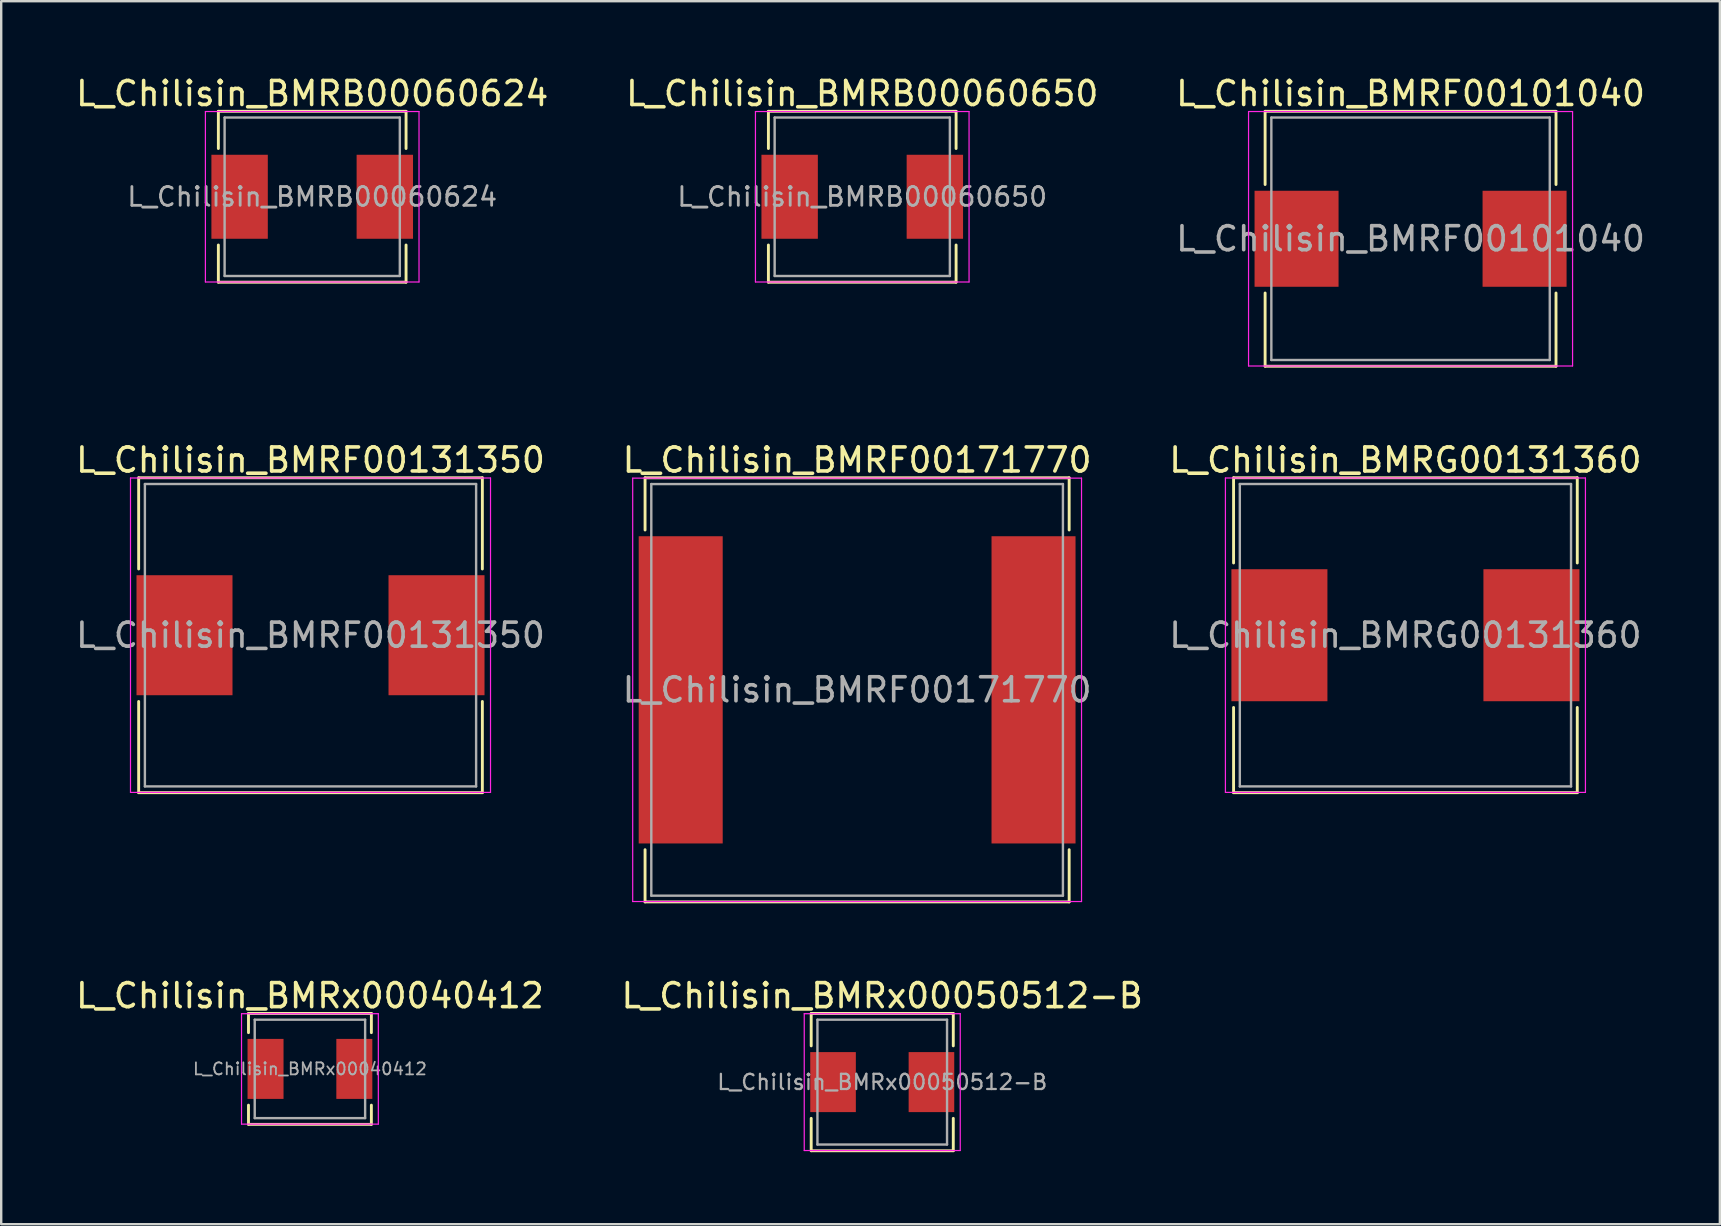
<source format=kicad_pcb>
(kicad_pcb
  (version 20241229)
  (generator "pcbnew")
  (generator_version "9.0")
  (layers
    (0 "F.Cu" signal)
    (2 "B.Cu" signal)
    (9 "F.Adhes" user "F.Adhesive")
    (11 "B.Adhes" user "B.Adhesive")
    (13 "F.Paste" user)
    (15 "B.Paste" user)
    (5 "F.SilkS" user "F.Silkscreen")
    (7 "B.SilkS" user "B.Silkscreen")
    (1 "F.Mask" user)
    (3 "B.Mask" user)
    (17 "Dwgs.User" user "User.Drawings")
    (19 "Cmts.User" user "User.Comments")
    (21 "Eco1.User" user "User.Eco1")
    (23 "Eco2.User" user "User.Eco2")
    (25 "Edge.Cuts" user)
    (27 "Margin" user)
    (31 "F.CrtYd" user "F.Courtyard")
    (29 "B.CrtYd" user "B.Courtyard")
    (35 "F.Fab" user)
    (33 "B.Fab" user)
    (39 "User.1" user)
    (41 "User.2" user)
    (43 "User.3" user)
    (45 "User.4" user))
  (footprint "L_Chilisin_BMRx00040412"
    (layer "F.Cu")
    (at 9.863 41.485)
    (property "Reference" "L_Chilisin_BMRx00040412" (at 0 -3.05 0) (layer "F.SilkS") (effects (font (size 1 1) (thickness 0.15))))
    (attr smd)
    (fp_line (start -2.56 -2.31) (end -2.56 -1.51) (stroke (width 0.12) (type solid)) (layer "F.SilkS"))
    (fp_line (start -2.56 -2.31) (end 2.56 -2.31) (stroke (width 0.12) (type solid)) (layer "F.SilkS"))
    (fp_line (start -2.56 2.31) (end -2.56 1.51) (stroke (width 0.12) (type solid)) (layer "F.SilkS"))
    (fp_line (start -2.56 2.31) (end 2.56 2.31) (stroke (width 0.12) (type solid)) (layer "F.SilkS"))
    (fp_line (start 2.56 -2.31) (end 2.56 -1.51) (stroke (width 0.12) (type solid)) (layer "F.SilkS"))
    (fp_line (start 2.56 2.31) (end 2.56 1.51) (stroke (width 0.12) (type solid)) (layer "F.SilkS"))
    (fp_line (start -2.85 -2.3) (end -2.85 2.3) (stroke (width 0.05) (type solid)) (layer "F.CrtYd"))
    (fp_line (start -2.85 2.3) (end 2.85 2.3) (stroke (width 0.05) (type solid)) (layer "F.CrtYd"))
    (fp_line (start 2.85 -2.3) (end -2.85 -2.3) (stroke (width 0.05) (type solid)) (layer "F.CrtYd"))
    (fp_line (start 2.85 2.3) (end 2.85 -2.3) (stroke (width 0.05) (type solid)) (layer "F.CrtYd"))
    (fp_line (start -2.3 -2.05) (end -2.3 2.05) (stroke (width 0.1) (type solid)) (layer "F.Fab"))
    (fp_line (start -2.3 2.05) (end 2.3 2.05) (stroke (width 0.1) (type solid)) (layer "F.Fab"))
    (fp_line (start 2.3 -2.05) (end -2.3 -2.05) (stroke (width 0.1) (type solid)) (layer "F.Fab"))
    (fp_line (start 2.3 2.05) (end 2.3 -2.05) (stroke (width 0.1) (type solid)) (layer "F.Fab"))
    (fp_text user "${REFERENCE}" (at 0 0 0) (layer "F.Fab") (effects (font (size 0.5 0.5) (thickness 0.075))))
    (pad "1" smd rect (at -1.85 0) (size 1.5 2.5) (layers "F.Cu" "F.Mask" "F.Paste"))
    (pad "2" smd rect (at 1.85 0) (size 1.5 2.5) (layers "F.Cu" "F.Mask" "F.Paste")))
  (footprint "L_Chilisin_BMRB00060650"
    (layer "F.Cu")
    (at 32.875 5.148)
    (property "Reference" "L_Chilisin_BMRB00060650" (at 0 -4.3 0) (layer "F.SilkS") (effects (font (size 1 1) (thickness 0.15))))
    (attr smd)
    (fp_line (start -3.91 -3.56) (end -3.91 -2.01) (stroke (width 0.12) (type solid)) (layer "F.SilkS"))
    (fp_line (start -3.91 -3.56) (end 3.91 -3.56) (stroke (width 0.12) (type solid)) (layer "F.SilkS"))
    (fp_line (start -3.91 3.56) (end -3.91 2.01) (stroke (width 0.12) (type solid)) (layer "F.SilkS"))
    (fp_line (start -3.91 3.56) (end 3.91 3.56) (stroke (width 0.12) (type solid)) (layer "F.SilkS"))
    (fp_line (start 3.91 -3.56) (end 3.91 -2.01) (stroke (width 0.12) (type solid)) (layer "F.SilkS"))
    (fp_line (start 3.91 3.56) (end 3.91 2.01) (stroke (width 0.12) (type solid)) (layer "F.SilkS"))
    (fp_line (start -4.45 -3.55) (end -4.45 3.55) (stroke (width 0.05) (type solid)) (layer "F.CrtYd"))
    (fp_line (start -4.45 3.55) (end 4.45 3.55) (stroke (width 0.05) (type solid)) (layer "F.CrtYd"))
    (fp_line (start 4.45 -3.55) (end -4.45 -3.55) (stroke (width 0.05) (type solid)) (layer "F.CrtYd"))
    (fp_line (start 4.45 3.55) (end 4.45 -3.55) (stroke (width 0.05) (type solid)) (layer "F.CrtYd"))
    (fp_line (start -3.65 -3.3) (end -3.65 3.3) (stroke (width 0.1) (type solid)) (layer "F.Fab"))
    (fp_line (start -3.65 3.3) (end 3.65 3.3) (stroke (width 0.1) (type solid)) (layer "F.Fab"))
    (fp_line (start 3.65 -3.3) (end -3.65 -3.3) (stroke (width 0.1) (type solid)) (layer "F.Fab"))
    (fp_line (start 3.65 3.3) (end 3.65 -3.3) (stroke (width 0.1) (type solid)) (layer "F.Fab"))
    (fp_text user "${REFERENCE}" (at 0 0 0) (layer "F.Fab") (effects (font (size 0.783 0.783) (thickness 0.117))))
    (pad "1" smd rect (at -3.025 0) (size 2.35 3.5) (layers "F.Cu" "F.Mask" "F.Paste"))
    (pad "2" smd rect (at 3.025 0) (size 2.35 3.5) (layers "F.Cu" "F.Mask" "F.Paste")))
  (footprint "L_Chilisin_BMRB00060624"
    (layer "F.Cu")
    (at 9.958 5.148)
    (property "Reference" "L_Chilisin_BMRB00060624" (at 0 -4.3 0) (layer "F.SilkS") (effects (font (size 1 1) (thickness 0.15))))
    (attr smd)
    (fp_line (start -3.91 -3.56) (end -3.91 -2.01) (stroke (width 0.12) (type solid)) (layer "F.SilkS"))
    (fp_line (start -3.91 -3.56) (end 3.91 -3.56) (stroke (width 0.12) (type solid)) (layer "F.SilkS"))
    (fp_line (start -3.91 3.56) (end -3.91 2.01) (stroke (width 0.12) (type solid)) (layer "F.SilkS"))
    (fp_line (start -3.91 3.56) (end 3.91 3.56) (stroke (width 0.12) (type solid)) (layer "F.SilkS"))
    (fp_line (start 3.91 -3.56) (end 3.91 -2.01) (stroke (width 0.12) (type solid)) (layer "F.SilkS"))
    (fp_line (start 3.91 3.56) (end 3.91 2.01) (stroke (width 0.12) (type solid)) (layer "F.SilkS"))
    (fp_line (start -4.45 -3.55) (end -4.45 3.55) (stroke (width 0.05) (type solid)) (layer "F.CrtYd"))
    (fp_line (start -4.45 3.55) (end 4.45 3.55) (stroke (width 0.05) (type solid)) (layer "F.CrtYd"))
    (fp_line (start 4.45 -3.55) (end -4.45 -3.55) (stroke (width 0.05) (type solid)) (layer "F.CrtYd"))
    (fp_line (start 4.45 3.55) (end 4.45 -3.55) (stroke (width 0.05) (type solid)) (layer "F.CrtYd"))
    (fp_line (start -3.65 -3.3) (end -3.65 3.3) (stroke (width 0.1) (type solid)) (layer "F.Fab"))
    (fp_line (start -3.65 3.3) (end 3.65 3.3) (stroke (width 0.1) (type solid)) (layer "F.Fab"))
    (fp_line (start 3.65 -3.3) (end -3.65 -3.3) (stroke (width 0.1) (type solid)) (layer "F.Fab"))
    (fp_line (start 3.65 3.3) (end 3.65 -3.3) (stroke (width 0.1) (type solid)) (layer "F.Fab"))
    (fp_text user "${REFERENCE}" (at 0 0 0) (layer "F.Fab") (effects (font (size 0.783 0.783) (thickness 0.117))))
    (pad "1" smd rect (at -3.025 0) (size 2.35 3.5) (layers "F.Cu" "F.Mask" "F.Paste"))
    (pad "2" smd rect (at 3.025 0) (size 2.35 3.5) (layers "F.Cu" "F.Mask" "F.Paste")))
  (footprint "L_Chilisin_BMRF00101040"
    (layer "F.Cu")
    (at 55.72 6.898)
    (property "Reference" "L_Chilisin_BMRF00101040" (at 0 -6.05 0) (layer "F.SilkS") (effects (font (size 1 1) (thickness 0.15))))
    (attr smd)
    (fp_line (start -6.06 -5.31) (end -6.06 -2.26) (stroke (width 0.12) (type solid)) (layer "F.SilkS"))
    (fp_line (start -6.06 -5.31) (end 6.06 -5.31) (stroke (width 0.12) (type solid)) (layer "F.SilkS"))
    (fp_line (start -6.06 5.31) (end -6.06 2.26) (stroke (width 0.12) (type solid)) (layer "F.SilkS"))
    (fp_line (start -6.06 5.31) (end 6.06 5.31) (stroke (width 0.12) (type solid)) (layer "F.SilkS"))
    (fp_line (start 6.06 -5.31) (end 6.06 -2.26) (stroke (width 0.12) (type solid)) (layer "F.SilkS"))
    (fp_line (start 6.06 5.31) (end 6.06 2.26) (stroke (width 0.12) (type solid)) (layer "F.SilkS"))
    (fp_line (start -6.75 -5.3) (end -6.75 5.3) (stroke (width 0.05) (type solid)) (layer "F.CrtYd"))
    (fp_line (start -6.75 5.3) (end 6.75 5.3) (stroke (width 0.05) (type solid)) (layer "F.CrtYd"))
    (fp_line (start 6.75 -5.3) (end -6.75 -5.3) (stroke (width 0.05) (type solid)) (layer "F.CrtYd"))
    (fp_line (start 6.75 5.3) (end 6.75 -5.3) (stroke (width 0.05) (type solid)) (layer "F.CrtYd"))
    (fp_line (start -5.8 -5.05) (end -5.8 5.05) (stroke (width 0.1) (type solid)) (layer "F.Fab"))
    (fp_line (start -5.8 5.05) (end 5.8 5.05) (stroke (width 0.1) (type solid)) (layer "F.Fab"))
    (fp_line (start 5.8 -5.05) (end -5.8 -5.05) (stroke (width 0.1) (type solid)) (layer "F.Fab"))
    (fp_line (start 5.8 5.05) (end 5.8 -5.05) (stroke (width 0.1) (type solid)) (layer "F.Fab"))
    (fp_text user "${REFERENCE}" (at 0 0 0) (layer "F.Fab") (effects (font (size 1 1) (thickness 0.15))))
    (pad "1" smd rect (at -4.75 0) (size 3.5 4) (layers "F.Cu" "F.Mask" "F.Paste"))
    (pad "2" smd rect (at 4.75 0) (size 3.5 4) (layers "F.Cu" "F.Mask" "F.Paste")))
  (footprint "L_Chilisin_BMRx00050512-B"
    (layer "F.Cu")
    (at 33.708 42.035)
    (property "Reference" "L_Chilisin_BMRx00050512-B" (at 0 -3.6 0) (layer "F.SilkS") (effects (font (size 1 1) (thickness 0.15))))
    (attr smd)
    (fp_line (start -2.96 -2.86) (end -2.96 -1.51) (stroke (width 0.12) (type solid)) (layer "F.SilkS"))
    (fp_line (start -2.96 -2.86) (end 2.96 -2.86) (stroke (width 0.12) (type solid)) (layer "F.SilkS"))
    (fp_line (start -2.96 2.86) (end -2.96 1.51) (stroke (width 0.12) (type solid)) (layer "F.SilkS"))
    (fp_line (start -2.96 2.86) (end 2.96 2.86) (stroke (width 0.12) (type solid)) (layer "F.SilkS"))
    (fp_line (start 2.96 -2.86) (end 2.96 -1.51) (stroke (width 0.12) (type solid)) (layer "F.SilkS"))
    (fp_line (start 2.96 2.86) (end 2.96 1.51) (stroke (width 0.12) (type solid)) (layer "F.SilkS"))
    (fp_line (start -3.25 -2.85) (end -3.25 2.85) (stroke (width 0.05) (type solid)) (layer "F.CrtYd"))
    (fp_line (start -3.25 2.85) (end 3.25 2.85) (stroke (width 0.05) (type solid)) (layer "F.CrtYd"))
    (fp_line (start 3.25 -2.85) (end -3.25 -2.85) (stroke (width 0.05) (type solid)) (layer "F.CrtYd"))
    (fp_line (start 3.25 2.85) (end 3.25 -2.85) (stroke (width 0.05) (type solid)) (layer "F.CrtYd"))
    (fp_line (start -2.7 -2.6) (end -2.7 2.6) (stroke (width 0.1) (type solid)) (layer "F.Fab"))
    (fp_line (start -2.7 2.6) (end 2.7 2.6) (stroke (width 0.1) (type solid)) (layer "F.Fab"))
    (fp_line (start 2.7 -2.6) (end -2.7 -2.6) (stroke (width 0.1) (type solid)) (layer "F.Fab"))
    (fp_line (start 2.7 2.6) (end 2.7 -2.6) (stroke (width 0.1) (type solid)) (layer "F.Fab"))
    (fp_text user "${REFERENCE}" (at 0 0 0) (layer "F.Fab") (effects (font (size 0.633 0.633) (thickness 0.095))))
    (pad "1" smd rect (at -2.05 0) (size 1.9 2.5) (layers "F.Cu" "F.Mask" "F.Paste"))
    (pad "2" smd rect (at 2.05 0) (size 1.9 2.5) (layers "F.Cu" "F.Mask" "F.Paste")))
  (footprint "L_Chilisin_BMRF00171770"
    (layer "F.Cu")
    (at 32.661 25.692)
    (property "Reference" "L_Chilisin_BMRF00171770" (at 0 -9.575 0) (layer "F.SilkS") (effects (font (size 1 1) (thickness 0.15))))
    (attr smd)
    (fp_line (start -8.835 -8.835) (end -8.835 -6.66) (stroke (width 0.12) (type solid)) (layer "F.SilkS"))
    (fp_line (start -8.835 -8.835) (end 8.835 -8.835) (stroke (width 0.12) (type solid)) (layer "F.SilkS"))
    (fp_line (start -8.835 8.835) (end -8.835 6.66) (stroke (width 0.12) (type solid)) (layer "F.SilkS"))
    (fp_line (start -8.835 8.835) (end 8.835 8.835) (stroke (width 0.12) (type solid)) (layer "F.SilkS"))
    (fp_line (start 8.835 -8.835) (end 8.835 -6.66) (stroke (width 0.12) (type solid)) (layer "F.SilkS"))
    (fp_line (start 8.835 8.835) (end 8.835 6.66) (stroke (width 0.12) (type solid)) (layer "F.SilkS"))
    (fp_line (start -9.35 -8.82) (end -9.35 8.82) (stroke (width 0.05) (type solid)) (layer "F.CrtYd"))
    (fp_line (start -9.35 8.82) (end 9.35 8.82) (stroke (width 0.05) (type solid)) (layer "F.CrtYd"))
    (fp_line (start 9.35 -8.82) (end -9.35 -8.82) (stroke (width 0.05) (type solid)) (layer "F.CrtYd"))
    (fp_line (start 9.35 8.82) (end 9.35 -8.82) (stroke (width 0.05) (type solid)) (layer "F.CrtYd"))
    (fp_line (start -8.575 -8.575) (end -8.575 8.575) (stroke (width 0.1) (type solid)) (layer "F.Fab"))
    (fp_line (start -8.575 8.575) (end 8.575 8.575) (stroke (width 0.1) (type solid)) (layer "F.Fab"))
    (fp_line (start 8.575 -8.575) (end -8.575 -8.575) (stroke (width 0.1) (type solid)) (layer "F.Fab"))
    (fp_line (start 8.575 8.575) (end 8.575 -8.575) (stroke (width 0.1) (type solid)) (layer "F.Fab"))
    (fp_text user "${REFERENCE}" (at 0 0 0) (layer "F.Fab") (effects (font (size 1 1) (thickness 0.15))))
    (pad "1" smd rect (at -7.35 0) (size 3.5 12.8) (layers "F.Cu" "F.Mask" "F.Paste"))
    (pad "2" smd rect (at 7.35 0) (size 3.5 12.8) (layers "F.Cu" "F.Mask" "F.Paste")))
  (footprint "L_Chilisin_BMRG00131360"
    (layer "F.Cu")
    (at 55.506 23.416)
    (property "Reference" "L_Chilisin_BMRG00131360" (at 0 -7.3 0) (layer "F.SilkS") (effects (font (size 1 1) (thickness 0.15))))
    (attr smd)
    (fp_line (start -7.16 -6.56) (end -7.16 -3.01) (stroke (width 0.12) (type solid)) (layer "F.SilkS"))
    (fp_line (start -7.16 -6.56) (end 7.16 -6.56) (stroke (width 0.12) (type solid)) (layer "F.SilkS"))
    (fp_line (start -7.16 6.56) (end -7.16 3.01) (stroke (width 0.12) (type solid)) (layer "F.SilkS"))
    (fp_line (start -7.16 6.56) (end 7.16 6.56) (stroke (width 0.12) (type solid)) (layer "F.SilkS"))
    (fp_line (start 7.16 -6.56) (end 7.16 -3.01) (stroke (width 0.12) (type solid)) (layer "F.SilkS"))
    (fp_line (start 7.16 6.56) (end 7.16 3.01) (stroke (width 0.12) (type solid)) (layer "F.SilkS"))
    (fp_line (start -7.5 -6.55) (end -7.5 6.55) (stroke (width 0.05) (type solid)) (layer "F.CrtYd"))
    (fp_line (start -7.5 6.55) (end 7.5 6.55) (stroke (width 0.05) (type solid)) (layer "F.CrtYd"))
    (fp_line (start 7.5 -6.55) (end -7.5 -6.55) (stroke (width 0.05) (type solid)) (layer "F.CrtYd"))
    (fp_line (start 7.5 6.55) (end 7.5 -6.55) (stroke (width 0.05) (type solid)) (layer "F.CrtYd"))
    (fp_line (start -6.9 -6.3) (end -6.9 6.3) (stroke (width 0.1) (type solid)) (layer "F.Fab"))
    (fp_line (start -6.9 6.3) (end 6.9 6.3) (stroke (width 0.1) (type solid)) (layer "F.Fab"))
    (fp_line (start 6.9 -6.3) (end -6.9 -6.3) (stroke (width 0.1) (type solid)) (layer "F.Fab"))
    (fp_line (start 6.9 6.3) (end 6.9 -6.3) (stroke (width 0.1) (type solid)) (layer "F.Fab"))
    (fp_text user "${REFERENCE}" (at 0 0 0) (layer "F.Fab") (effects (font (size 1 1) (thickness 0.15))))
    (pad "1" smd rect (at -5.25 0) (size 4 5.5) (layers "F.Cu" "F.Mask" "F.Paste"))
    (pad "2" smd rect (at 5.25 0) (size 4 5.5) (layers "F.Cu" "F.Mask" "F.Paste")))
  (footprint "L_Chilisin_BMRF00131350"
    (layer "F.Cu")
    (at 9.887 23.416)
    (property "Reference" "L_Chilisin_BMRF00131350" (at 0 -7.3 0) (layer "F.SilkS") (effects (font (size 1 1) (thickness 0.15))))
    (attr smd)
    (fp_line (start -7.16 -6.56) (end -7.16 -2.76) (stroke (width 0.12) (type solid)) (layer "F.SilkS"))
    (fp_line (start -7.16 -6.56) (end 7.16 -6.56) (stroke (width 0.12) (type solid)) (layer "F.SilkS"))
    (fp_line (start -7.16 6.56) (end -7.16 2.76) (stroke (width 0.12) (type solid)) (layer "F.SilkS"))
    (fp_line (start -7.16 6.56) (end 7.16 6.56) (stroke (width 0.12) (type solid)) (layer "F.SilkS"))
    (fp_line (start 7.16 -6.56) (end 7.16 -2.76) (stroke (width 0.12) (type solid)) (layer "F.SilkS"))
    (fp_line (start 7.16 6.56) (end 7.16 2.76) (stroke (width 0.12) (type solid)) (layer "F.SilkS"))
    (fp_line (start -7.5 -6.55) (end -7.5 6.55) (stroke (width 0.05) (type solid)) (layer "F.CrtYd"))
    (fp_line (start -7.5 6.55) (end 7.5 6.55) (stroke (width 0.05) (type solid)) (layer "F.CrtYd"))
    (fp_line (start 7.5 -6.55) (end -7.5 -6.55) (stroke (width 0.05) (type solid)) (layer "F.CrtYd"))
    (fp_line (start 7.5 6.55) (end 7.5 -6.55) (stroke (width 0.05) (type solid)) (layer "F.CrtYd"))
    (fp_line (start -6.9 -6.3) (end -6.9 6.3) (stroke (width 0.1) (type solid)) (layer "F.Fab"))
    (fp_line (start -6.9 6.3) (end 6.9 6.3) (stroke (width 0.1) (type solid)) (layer "F.Fab"))
    (fp_line (start 6.9 -6.3) (end -6.9 -6.3) (stroke (width 0.1) (type solid)) (layer "F.Fab"))
    (fp_line (start 6.9 6.3) (end 6.9 -6.3) (stroke (width 0.1) (type solid)) (layer "F.Fab"))
    (fp_text user "${REFERENCE}" (at 0 0 0) (layer "F.Fab") (effects (font (size 1 1) (thickness 0.15))))
    (pad "1" smd rect (at -5.25 0) (size 4 5) (layers "F.Cu" "F.Mask" "F.Paste"))
    (pad "2" smd rect (at 5.25 0) (size 4 5) (layers "F.Cu" "F.Mask" "F.Paste")))
  (gr_rect
    (start -3 -3)
    (end 68.607 47.955)
    (stroke (width 0.1) (type default))
    (fill no)
    (layer "Edge.Cuts")))
</source>
